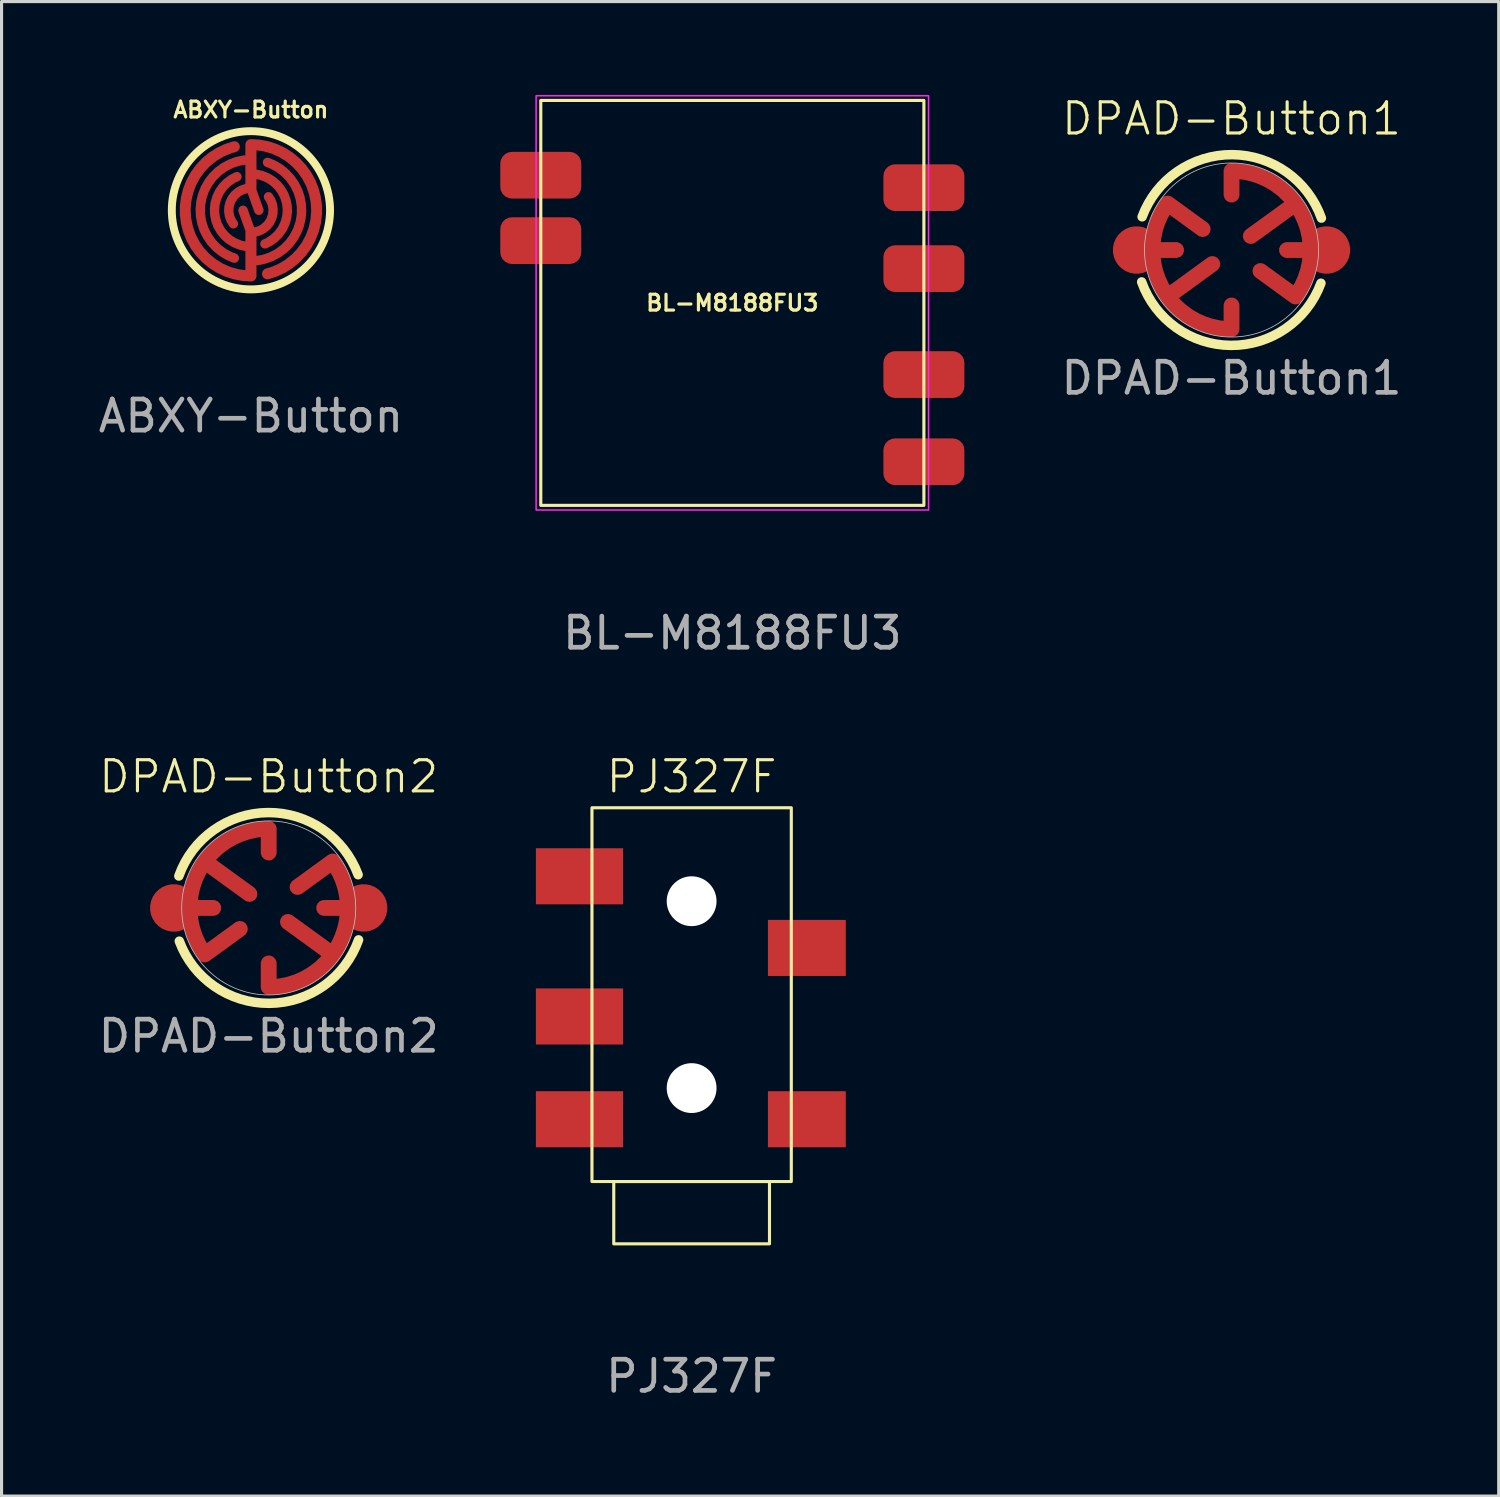
<source format=kicad_pcb>
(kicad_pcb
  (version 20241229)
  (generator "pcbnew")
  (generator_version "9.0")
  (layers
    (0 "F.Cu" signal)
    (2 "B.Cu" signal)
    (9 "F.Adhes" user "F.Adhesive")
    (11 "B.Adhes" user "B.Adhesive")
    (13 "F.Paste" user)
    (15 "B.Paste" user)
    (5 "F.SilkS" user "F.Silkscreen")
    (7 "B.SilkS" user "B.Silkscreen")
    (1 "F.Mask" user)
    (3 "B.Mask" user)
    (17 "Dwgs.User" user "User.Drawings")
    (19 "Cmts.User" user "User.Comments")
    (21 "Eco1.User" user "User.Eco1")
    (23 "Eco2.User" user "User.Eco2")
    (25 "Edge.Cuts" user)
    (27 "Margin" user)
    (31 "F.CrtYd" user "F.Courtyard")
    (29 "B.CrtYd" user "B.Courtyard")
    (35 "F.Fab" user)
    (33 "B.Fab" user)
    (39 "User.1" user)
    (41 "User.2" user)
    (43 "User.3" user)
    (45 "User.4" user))
  (footprint "BL-M8188FU3"
    (layer "F.Cu")
    (at 20.462 6.675)
    (property "Reference" "BL-M8188FU3" (at 0 0 0) (unlocked yes) (layer "F.SilkS") (effects (font (size 0.508 0.508) (thickness 0.102) (bold yes))))
    (attr smd)
    (fp_rect (start -6.15 -6.5) (end 6.15 6.5) (stroke (width 0.1) (type default)) (fill no) (layer "F.SilkS"))
    (fp_rect (start -6.3 -6.65) (end 6.3 6.65) (stroke (width 0.05) (type default)) (fill no) (layer "F.CrtYd"))
    (fp_text user "${REFERENCE}" (at 0 10.6 0) (unlocked yes) (layer "F.Fab") (effects (font (size 1 1) (thickness 0.15))))
    (pad "1" smd roundrect (at -6.15 -4.1 90) (size 1.5 2.6) (layers "F.Cu" "F.Mask" "F.Paste") (roundrect_rratio 0.25))
    (pad "2" smd roundrect (at -6.15 -2 90) (size 1.5 2.6) (layers "F.Cu" "F.Mask" "F.Paste") (roundrect_rratio 0.25))
    (pad "3" smd roundrect (at 6.15 5.1 90) (size 1.5 2.6) (layers "F.Cu" "F.Mask" "F.Paste") (roundrect_rratio 0.25))
    (pad "4" smd roundrect (at 6.15 2.3 90) (size 1.5 2.6) (layers "F.Cu" "F.Mask" "F.Paste") (roundrect_rratio 0.25))
    (pad "5" smd roundrect (at 6.15 -1.1 90) (size 1.5 2.6) (layers "F.Cu" "F.Mask" "F.Paste") (roundrect_rratio 0.25))
    (pad "6" smd roundrect (at 6.15 -3.7 90) (size 1.5 2.6) (layers "F.Cu" "F.Mask" "F.Paste") (roundrect_rratio 0.25)))
  (footprint "ABXY-Button"
    (layer "F.Cu")
    (at 5.006 3.701)
    (property "Reference" "ABXY-Button" (at 0 -3.226 0) (unlocked yes) (layer "F.SilkS") (effects (font (size 0.508 0.508) (thickness 0.102) (bold yes))))
    (attr smd)
    (fp_circle (center 0 0) (end 2.311 0) (stroke (width 0) (type solid)) (fill yes) (layer "F.Mask"))
    (fp_circle (center 0 0) (end 2.54 0) (stroke (width 0.254) (type default)) (fill no) (layer "F.SilkS"))
    (fp_text user "${REFERENCE}" (at 0 6.604 0) (unlocked yes) (layer "F.Fab") (effects (font (size 1 1) (thickness 0.15))))
    (pad "1" smd custom (at 0 2.108) (size 0.254 0.254) (layers "F.Cu" "F.Mask" "F.Paste") (options (anchor circle)) (primitives (gr_line (start -0.000001 -1.397) (end 0 0) (width 0.356)) (gr_line (start -0.254 -2.108) (end 0 -1.397) (width 0.305)) (gr_arc (start 0.563714 -2.541826) (mid 0.638044 -1.794026) (end 0 -1.397) (width 0.3048)) (gr_arc (start 0 -0.9398) (mid -1.14571 -1.879058) (end -0.449385 -3.186723) (width 0.3048)) (gr_arc (start 0.531751 -3.644369) (mid 1.603086 -1.838591) (end 0 -0.4826) (width 0.3048)) (gr_arc (start 0 0) (mid -2.091063 -1.839941) (end -0.532156 -4.148131) (width 0.3556))))
    (pad "2" smd custom (at 0 -2.108) (size 0.254 0.254) (layers "F.Cu" "F.Mask" "F.Paste") (options (anchor circle)) (primitives (gr_arc (start 0 0) (mid 2.091063 1.839941) (end 0.532156 4.148131) (width 0.3556)) (gr_line (start -0.000001 0) (end 0 1.397) (width 0.356)) (gr_line (start 0.254 2.108) (end 0 1.397) (width 0.305)) (gr_arc (start -0.563714 2.541826) (mid -0.638044 1.794026) (end 0 1.397) (width 0.3048)) (gr_arc (start 0 0.9398) (mid 1.14571 1.879058) (end 0.449385 3.186723) (width 0.3048)) (gr_arc (start -0.531751 3.644369) (mid -1.603086 1.838591) (end 0 0.4826) (width 0.3048)))))
  (footprint "PJ327F"
    (layer "F.Cu")
    (at 19.155 34.884)
    (property "Reference" "PJ327F" (at 0 -13 0) (unlocked yes) (layer "F.SilkS") (effects (font (size 1 1) (thickness 0.1))))
    (attr smd)
    (fp_rect (start -3.2 -12) (end 3.2 0) (stroke (width 0.1) (type default)) (fill no) (layer "F.SilkS"))
    (fp_rect (start -2.5 0) (end 2.5 2) (stroke (width 0.1) (type default)) (fill no) (layer "F.SilkS"))
    (fp_text user "${REFERENCE}" (at 0 6.25 0) (unlocked yes) (layer "F.Fab") (effects (font (size 1 1) (thickness 0.15))))
    (pad "" np_thru_hole circle (at 0 -9) (size 1.6 1.6) (drill 1.6) (layers "*.Cu" "*.Mask"))
    (pad "" np_thru_hole circle (at 0 -3) (size 1.6 1.6) (drill 1.6) (layers "*.Cu" "*.Mask"))
    (pad "R1" smd rect (at -3.6 -5.3) (size 2.8 1.8) (layers "F.Cu" "F.Mask" "F.Paste"))
    (pad "R2" smd rect (at 3.7 -7.5) (size 2.5 1.8) (layers "F.Cu" "F.Mask" "F.Paste"))
    (pad "R3" smd rect (at 3.7 -2) (size 2.5 1.8) (layers "F.Cu" "F.Mask" "F.Paste"))
    (pad "S" smd rect (at -3.6 -2) (size 2.8 1.8) (layers "F.Cu" "F.Mask" "F.Paste"))
    (pad "T" smd rect (at -3.6 -9.8) (size 2.8 1.8) (layers "F.Cu" "F.Mask" "F.Paste")))
  (footprint "DPAD-Button2"
    (layer "F.Cu")
    (at 5.577 26.1)
    (property "Reference" "DPAD-Button2" (at 0 -4.216 0) (unlocked yes) (layer "F.SilkS") (effects (font (size 1 1) (thickness 0.1))))
    (attr smd)
    (fp_circle (center 0 0) (end 2.794 0) (stroke (width 0.025) (type solid)) (fill yes) (layer "F.Mask"))
    (fp_arc (start -2.885269 -1.025344) (mid -0.022055 -3.061964) (end 2.8702 -1.0668) (stroke (width 0.3048) (type default)) (layer "F.SilkS"))
    (fp_arc (start 2.885269 1.025344) (mid 0.022055 3.061964) (end -2.8702 1.0668) (stroke (width 0.3048) (type default)) (layer "F.SilkS"))
    (fp_circle (center 0 0) (end -2.794 0) (stroke (width 0.025) (type default)) (fill no) (layer "Dwgs.User"))
    (fp_text user "${REFERENCE}" (at 0 4.115 0) (unlocked yes) (layer "F.Fab") (effects (font (size 1 1) (thickness 0.15))))
    (pad "1" smd custom (at 3.048 -0.025) (size 0.254 0.254) (layers "F.Cu" "F.Mask" "F.Paste") (options (anchor circle)) (primitives (gr_circle (center 0 0.025) (end -0.762 0.025) (width 0) (fill yes)) (gr_line (start -1.27 0.025) (end -0.508 0.025) (width 0.508)) (gr_arc (start -0.993219 -1.467741) (mid -0.632349 -0.759602) (end -0.508001 0.025399) (width 0.508)) (gr_line (start -2.123 -0.647) (end -0.993 -1.468) (width 0.508)) (gr_arc (start -0.507996 0.0254) (mid -0.63218 0.809896) (end -0.992589 1.517682) (width 0.508)) (gr_line (start -2.432 0.473) (end -0.994 1.519) (width 0.508)) (gr_arc (start -0.508001 0.025399) (mid -0.993571 1.519025) (end -2.26463 2.44158) (width 0.508)) (gr_arc (start -1.554863 2.08017) (mid -2.263002 2.44104) (end -3.048003 2.565388) (width 0.508)) (gr_line (start -3.048 2.565) (end -3.048 1.803) (width 0.508))))
    (pad "2" smd custom (at -3.175 0) (size 0.254 0.254) (layers "F.Cu" "F.Mask" "F.Paste") (options (anchor circle)) (primitives (gr_circle (center 0.127 0) (end -0.635 0) (width 0) (fill yes)) (gr_line (start 0.635 0.000001) (end 1.397 0.000001) (width 0.508)) (gr_arc (start 1.12023 1.493137) (mid 0.75936 0.784998) (end 0.635012 -0.000003) (width 0.508)) (gr_line (start 1.12 1.493) (end 2.25 0.672) (width 0.508)) (gr_arc (start 0.635001 0.000001) (mid 0.759185 -0.784495) (end 1.119594 -1.492281) (width 0.508)) (gr_line (start 2.558 -0.448) (end 1.12 -1.492) (width 0.508)) (gr_arc (start 0.635001 0.000001) (mid 1.120571 -1.493625) (end 2.39163 -2.41618) (width 0.508)) (gr_arc (start 1.681863 -2.05477) (mid 2.390002 -2.41564) (end 3.175003 -2.539988) (width 0.508)) (gr_line (start 3.175 -1.778) (end 3.175 -2.54) (width 0.508)))))
  (footprint "DPAD-Button1"
    (layer "F.Cu")
    (at 36.489 4.977)
    (property "Reference" "DPAD-Button1" (at 0 -4.216 0) (unlocked yes) (layer "F.SilkS") (effects (font (size 1 1) (thickness 0.1))))
    (attr smd)
    (fp_circle (center 0 0) (end 2.794 0) (stroke (width 0.025) (type solid)) (fill yes) (layer "F.Mask"))
    (fp_arc (start -2.8702 -1.0668) (mid 0.022055 -3.061964) (end 2.885269 -1.025344) (stroke (width 0.3048) (type default)) (layer "F.SilkS"))
    (fp_arc (start 2.8702 1.0668) (mid -0.022055 3.061964) (end -2.885269 1.025344) (stroke (width 0.3048) (type default)) (layer "F.SilkS"))
    (fp_circle (center 0 0) (end 2.794 0) (stroke (width 0.025) (type default)) (fill no) (layer "Dwgs.User"))
    (fp_text user "${REFERENCE}" (at 0 4.115 0) (unlocked yes) (layer "F.Fab") (effects (font (size 1 1) (thickness 0.15))))
    (pad "1" smd custom (at -3.048 -0.025) (size 0.254 0.254) (layers "F.Cu" "F.Mask" "F.Paste") (options (anchor circle)) (primitives (gr_circle (center 0 0.025) (end 0.762 0.025) (width 0) (fill yes)) (gr_line (start 0.508 0.025) (end 1.27 0.025) (width 0.508)) (gr_arc (start 0.508001 0.025399) (mid 0.632349 -0.759602) (end 0.993219 -1.467741) (width 0.508)) (gr_line (start 0.993 -1.468) (end 2.123 -0.647) (width 0.508)) (gr_arc (start 0.992589 1.517682) (mid 0.63218 0.809896) (end 0.507996 0.0254) (width 0.508)) (gr_line (start 0.994 1.519) (end 2.432 0.473) (width 0.508)) (gr_arc (start 2.26463 2.44158) (mid 0.993571 1.519025) (end 0.508001 0.025399) (width 0.508)) (gr_arc (start 3.048003 2.565388) (mid 2.263002 2.44104) (end 1.554863 2.08017) (width 0.508)) (gr_line (start 3.048 1.803) (end 3.048 2.565) (width 0.508))))
    (pad "2" smd custom (at 3.175 0) (size 0.254 0.254) (layers "F.Cu" "F.Mask" "F.Paste") (options (anchor circle)) (primitives (gr_circle (center -0.127 0) (end 0.635 0) (width 0) (fill yes)) (gr_line (start -1.397 0.000001) (end -0.635 0.000001) (width 0.508)) (gr_arc (start -0.635012 -0.000003) (mid -0.75936 0.784998) (end -1.12023 1.493137) (width 0.508)) (gr_line (start -2.25 0.672) (end -1.12 1.493) (width 0.508)) (gr_arc (start -1.119594 -1.492281) (mid -0.759185 -0.784495) (end -0.635001 0.000001) (width 0.508)) (gr_line (start -1.12 -1.492) (end -2.558 -0.448) (width 0.508)) (gr_arc (start -2.39163 -2.41618) (mid -1.120571 -1.493625) (end -0.635001 0.000001) (width 0.508)) (gr_arc (start -3.175003 -2.539988) (mid -2.390002 -2.41564) (end -1.681863 -2.05477) (width 0.508)) (gr_line (start -3.175 -2.54) (end -3.175 -1.778) (width 0.508)))))
  (gr_rect
    (start -3 -3)
    (end 45.067 44.982)
    (stroke (width 0.1) (type default))
    (fill no)
    (layer "Edge.Cuts")))
</source>
